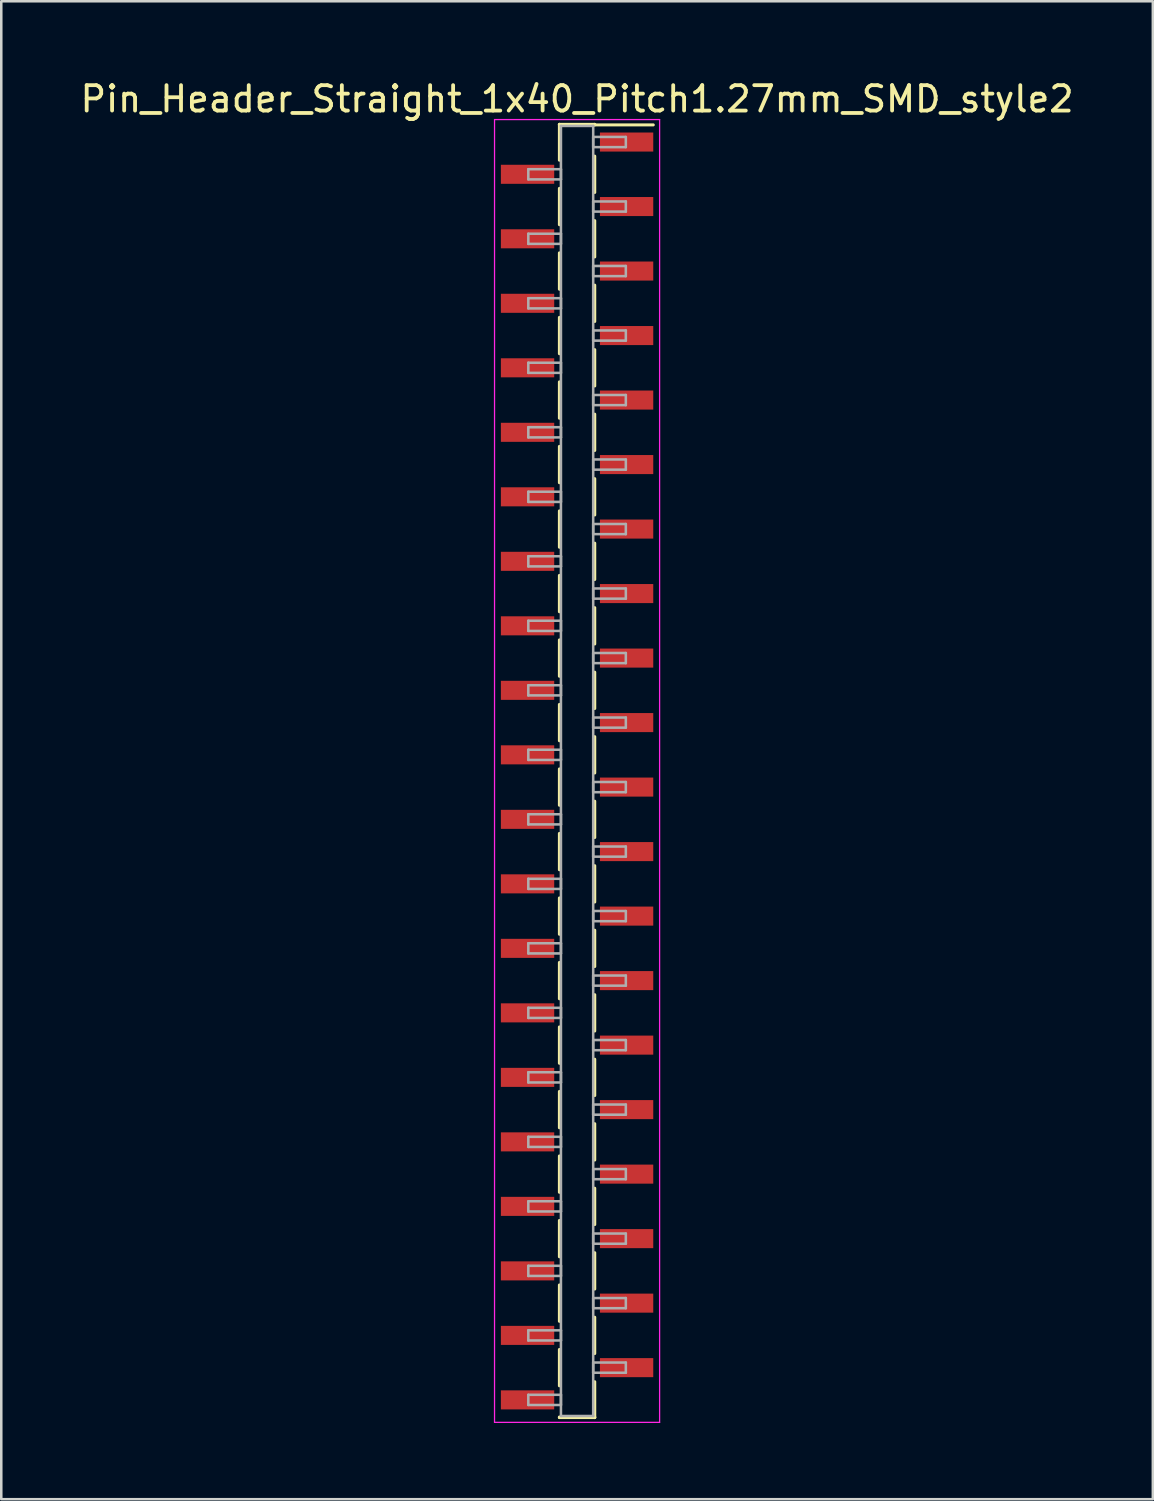
<source format=kicad_pcb>
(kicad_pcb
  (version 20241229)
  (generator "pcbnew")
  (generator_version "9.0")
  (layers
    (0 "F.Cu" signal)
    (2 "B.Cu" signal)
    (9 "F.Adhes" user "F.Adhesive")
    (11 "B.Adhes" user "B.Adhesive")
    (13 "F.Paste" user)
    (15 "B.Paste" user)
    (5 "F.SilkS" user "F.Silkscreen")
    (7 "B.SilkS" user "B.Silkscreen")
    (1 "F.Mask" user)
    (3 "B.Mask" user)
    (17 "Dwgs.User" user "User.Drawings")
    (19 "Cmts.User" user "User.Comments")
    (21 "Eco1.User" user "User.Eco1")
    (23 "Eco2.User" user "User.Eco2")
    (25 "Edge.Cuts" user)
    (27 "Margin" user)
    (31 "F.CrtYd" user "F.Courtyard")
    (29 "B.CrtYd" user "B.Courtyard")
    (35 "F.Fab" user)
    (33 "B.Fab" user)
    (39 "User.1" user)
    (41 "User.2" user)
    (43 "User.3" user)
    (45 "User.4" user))
  (footprint "Pin_Header_Straight_1x40_Pitch1.27mm_SMD_style2"
    (layer "F.Cu")
    (at 19.673 27.308)
    (property "Reference" "Pin_Header_Straight_1x40_Pitch1.27mm_SMD_style2" (at 0 -26.46 0) (layer "F.SilkS") (effects (font (size 1 1) (thickness 0.15))))
    (attr smd)
    (fp_line (start -0.695 -25.46) (end -0.695 -24.05) (stroke (width 0.12) (type solid)) (layer "F.SilkS"))
    (fp_line (start -0.695 -25.46) (end 0.695 -25.46) (stroke (width 0.12) (type solid)) (layer "F.SilkS"))
    (fp_line (start -0.695 -25.44) (end -0.695 -25.46) (stroke (width 0.12) (type solid)) (layer "F.SilkS"))
    (fp_line (start -0.695 -22.94) (end -0.695 -21.51) (stroke (width 0.12) (type solid)) (layer "F.SilkS"))
    (fp_line (start -0.695 -20.4) (end -0.695 -18.97) (stroke (width 0.12) (type solid)) (layer "F.SilkS"))
    (fp_line (start -0.695 -17.86) (end -0.695 -16.43) (stroke (width 0.12) (type solid)) (layer "F.SilkS"))
    (fp_line (start -0.695 -15.32) (end -0.695 -13.89) (stroke (width 0.12) (type solid)) (layer "F.SilkS"))
    (fp_line (start -0.695 -12.78) (end -0.695 -11.35) (stroke (width 0.12) (type solid)) (layer "F.SilkS"))
    (fp_line (start -0.695 -10.24) (end -0.695 -8.81) (stroke (width 0.12) (type solid)) (layer "F.SilkS"))
    (fp_line (start -0.695 -7.7) (end -0.695 -6.27) (stroke (width 0.12) (type solid)) (layer "F.SilkS"))
    (fp_line (start -0.695 -5.16) (end -0.695 -3.73) (stroke (width 0.12) (type solid)) (layer "F.SilkS"))
    (fp_line (start -0.695 -2.62) (end -0.695 -1.19) (stroke (width 0.12) (type solid)) (layer "F.SilkS"))
    (fp_line (start -0.695 -0.08) (end -0.695 1.35) (stroke (width 0.12) (type solid)) (layer "F.SilkS"))
    (fp_line (start -0.695 2.46) (end -0.695 3.89) (stroke (width 0.12) (type solid)) (layer "F.SilkS"))
    (fp_line (start -0.695 5) (end -0.695 6.43) (stroke (width 0.12) (type solid)) (layer "F.SilkS"))
    (fp_line (start -0.695 7.54) (end -0.695 8.97) (stroke (width 0.12) (type solid)) (layer "F.SilkS"))
    (fp_line (start -0.695 10.08) (end -0.695 11.51) (stroke (width 0.12) (type solid)) (layer "F.SilkS"))
    (fp_line (start -0.695 12.62) (end -0.695 14.05) (stroke (width 0.12) (type solid)) (layer "F.SilkS"))
    (fp_line (start -0.695 15.16) (end -0.695 16.59) (stroke (width 0.12) (type solid)) (layer "F.SilkS"))
    (fp_line (start -0.695 17.7) (end -0.695 19.13) (stroke (width 0.12) (type solid)) (layer "F.SilkS"))
    (fp_line (start -0.695 20.24) (end -0.695 21.67) (stroke (width 0.12) (type solid)) (layer "F.SilkS"))
    (fp_line (start -0.695 22.78) (end -0.695 24.21) (stroke (width 0.12) (type solid)) (layer "F.SilkS"))
    (fp_line (start -0.695 25.44) (end -0.695 25.46) (stroke (width 0.12) (type solid)) (layer "F.SilkS"))
    (fp_line (start -0.695 25.46) (end 0.695 25.46) (stroke (width 0.12) (type solid)) (layer "F.SilkS"))
    (fp_line (start 0.695 -25.46) (end 0.695 -25.44) (stroke (width 0.12) (type solid)) (layer "F.SilkS"))
    (fp_line (start 0.695 -25.44) (end 3 -25.44) (stroke (width 0.12) (type solid)) (layer "F.SilkS"))
    (fp_line (start 0.695 -24.21) (end 0.695 -22.78) (stroke (width 0.12) (type solid)) (layer "F.SilkS"))
    (fp_line (start 0.695 -21.67) (end 0.695 -20.24) (stroke (width 0.12) (type solid)) (layer "F.SilkS"))
    (fp_line (start 0.695 -19.13) (end 0.695 -17.7) (stroke (width 0.12) (type solid)) (layer "F.SilkS"))
    (fp_line (start 0.695 -16.59) (end 0.695 -15.16) (stroke (width 0.12) (type solid)) (layer "F.SilkS"))
    (fp_line (start 0.695 -14.05) (end 0.695 -12.62) (stroke (width 0.12) (type solid)) (layer "F.SilkS"))
    (fp_line (start 0.695 -11.51) (end 0.695 -10.08) (stroke (width 0.12) (type solid)) (layer "F.SilkS"))
    (fp_line (start 0.695 -8.97) (end 0.695 -7.54) (stroke (width 0.12) (type solid)) (layer "F.SilkS"))
    (fp_line (start 0.695 -6.43) (end 0.695 -5) (stroke (width 0.12) (type solid)) (layer "F.SilkS"))
    (fp_line (start 0.695 -3.89) (end 0.695 -2.46) (stroke (width 0.12) (type solid)) (layer "F.SilkS"))
    (fp_line (start 0.695 -1.35) (end 0.695 0.08) (stroke (width 0.12) (type solid)) (layer "F.SilkS"))
    (fp_line (start 0.695 1.19) (end 0.695 2.62) (stroke (width 0.12) (type solid)) (layer "F.SilkS"))
    (fp_line (start 0.695 3.73) (end 0.695 5.16) (stroke (width 0.12) (type solid)) (layer "F.SilkS"))
    (fp_line (start 0.695 6.27) (end 0.695 7.7) (stroke (width 0.12) (type solid)) (layer "F.SilkS"))
    (fp_line (start 0.695 8.81) (end 0.695 10.24) (stroke (width 0.12) (type solid)) (layer "F.SilkS"))
    (fp_line (start 0.695 11.35) (end 0.695 12.78) (stroke (width 0.12) (type solid)) (layer "F.SilkS"))
    (fp_line (start 0.695 13.89) (end 0.695 15.32) (stroke (width 0.12) (type solid)) (layer "F.SilkS"))
    (fp_line (start 0.695 16.43) (end 0.695 17.86) (stroke (width 0.12) (type solid)) (layer "F.SilkS"))
    (fp_line (start 0.695 18.97) (end 0.695 20.4) (stroke (width 0.12) (type solid)) (layer "F.SilkS"))
    (fp_line (start 0.695 21.51) (end 0.695 22.94) (stroke (width 0.12) (type solid)) (layer "F.SilkS"))
    (fp_line (start 0.695 24.05) (end 0.695 25.46) (stroke (width 0.12) (type solid)) (layer "F.SilkS"))
    (fp_line (start 0.695 25.46) (end 0.695 25.44) (stroke (width 0.12) (type solid)) (layer "F.SilkS"))
    (fp_line (start -3.25 -25.65) (end -3.25 25.65) (stroke (width 0.05) (type solid)) (layer "F.CrtYd"))
    (fp_line (start -3.25 25.65) (end 3.25 25.65) (stroke (width 0.05) (type solid)) (layer "F.CrtYd"))
    (fp_line (start 3.25 -25.65) (end -3.25 -25.65) (stroke (width 0.05) (type solid)) (layer "F.CrtYd"))
    (fp_line (start 3.25 25.65) (end 3.25 -25.65) (stroke (width 0.05) (type solid)) (layer "F.CrtYd"))
    (fp_line (start -1.92 -23.695) (end -0.635 -23.695) (stroke (width 0.1) (type solid)) (layer "F.Fab"))
    (fp_line (start -1.92 -23.295) (end -1.92 -23.695) (stroke (width 0.1) (type solid)) (layer "F.Fab"))
    (fp_line (start -1.92 -21.155) (end -0.635 -21.155) (stroke (width 0.1) (type solid)) (layer "F.Fab"))
    (fp_line (start -1.92 -20.755) (end -1.92 -21.155) (stroke (width 0.1) (type solid)) (layer "F.Fab"))
    (fp_line (start -1.92 -18.615) (end -0.635 -18.615) (stroke (width 0.1) (type solid)) (layer "F.Fab"))
    (fp_line (start -1.92 -18.215) (end -1.92 -18.615) (stroke (width 0.1) (type solid)) (layer "F.Fab"))
    (fp_line (start -1.92 -16.075) (end -0.635 -16.075) (stroke (width 0.1) (type solid)) (layer "F.Fab"))
    (fp_line (start -1.92 -15.675) (end -1.92 -16.075) (stroke (width 0.1) (type solid)) (layer "F.Fab"))
    (fp_line (start -1.92 -13.535) (end -0.635 -13.535) (stroke (width 0.1) (type solid)) (layer "F.Fab"))
    (fp_line (start -1.92 -13.135) (end -1.92 -13.535) (stroke (width 0.1) (type solid)) (layer "F.Fab"))
    (fp_line (start -1.92 -10.995) (end -0.635 -10.995) (stroke (width 0.1) (type solid)) (layer "F.Fab"))
    (fp_line (start -1.92 -10.595) (end -1.92 -10.995) (stroke (width 0.1) (type solid)) (layer "F.Fab"))
    (fp_line (start -1.92 -8.455) (end -0.635 -8.455) (stroke (width 0.1) (type solid)) (layer "F.Fab"))
    (fp_line (start -1.92 -8.055) (end -1.92 -8.455) (stroke (width 0.1) (type solid)) (layer "F.Fab"))
    (fp_line (start -1.92 -5.915) (end -0.635 -5.915) (stroke (width 0.1) (type solid)) (layer "F.Fab"))
    (fp_line (start -1.92 -5.515) (end -1.92 -5.915) (stroke (width 0.1) (type solid)) (layer "F.Fab"))
    (fp_line (start -1.92 -3.375) (end -0.635 -3.375) (stroke (width 0.1) (type solid)) (layer "F.Fab"))
    (fp_line (start -1.92 -2.975) (end -1.92 -3.375) (stroke (width 0.1) (type solid)) (layer "F.Fab"))
    (fp_line (start -1.92 -0.835) (end -0.635 -0.835) (stroke (width 0.1) (type solid)) (layer "F.Fab"))
    (fp_line (start -1.92 -0.435) (end -1.92 -0.835) (stroke (width 0.1) (type solid)) (layer "F.Fab"))
    (fp_line (start -1.92 1.705) (end -0.635 1.705) (stroke (width 0.1) (type solid)) (layer "F.Fab"))
    (fp_line (start -1.92 2.105) (end -1.92 1.705) (stroke (width 0.1) (type solid)) (layer "F.Fab"))
    (fp_line (start -1.92 4.245) (end -0.635 4.245) (stroke (width 0.1) (type solid)) (layer "F.Fab"))
    (fp_line (start -1.92 4.645) (end -1.92 4.245) (stroke (width 0.1) (type solid)) (layer "F.Fab"))
    (fp_line (start -1.92 6.785) (end -0.635 6.785) (stroke (width 0.1) (type solid)) (layer "F.Fab"))
    (fp_line (start -1.92 7.185) (end -1.92 6.785) (stroke (width 0.1) (type solid)) (layer "F.Fab"))
    (fp_line (start -1.92 9.325) (end -0.635 9.325) (stroke (width 0.1) (type solid)) (layer "F.Fab"))
    (fp_line (start -1.92 9.725) (end -1.92 9.325) (stroke (width 0.1) (type solid)) (layer "F.Fab"))
    (fp_line (start -1.92 11.865) (end -0.635 11.865) (stroke (width 0.1) (type solid)) (layer "F.Fab"))
    (fp_line (start -1.92 12.265) (end -1.92 11.865) (stroke (width 0.1) (type solid)) (layer "F.Fab"))
    (fp_line (start -1.92 14.405) (end -0.635 14.405) (stroke (width 0.1) (type solid)) (layer "F.Fab"))
    (fp_line (start -1.92 14.805) (end -1.92 14.405) (stroke (width 0.1) (type solid)) (layer "F.Fab"))
    (fp_line (start -1.92 16.945) (end -0.635 16.945) (stroke (width 0.1) (type solid)) (layer "F.Fab"))
    (fp_line (start -1.92 17.345) (end -1.92 16.945) (stroke (width 0.1) (type solid)) (layer "F.Fab"))
    (fp_line (start -1.92 19.485) (end -0.635 19.485) (stroke (width 0.1) (type solid)) (layer "F.Fab"))
    (fp_line (start -1.92 19.885) (end -1.92 19.485) (stroke (width 0.1) (type solid)) (layer "F.Fab"))
    (fp_line (start -1.92 22.025) (end -0.635 22.025) (stroke (width 0.1) (type solid)) (layer "F.Fab"))
    (fp_line (start -1.92 22.425) (end -1.92 22.025) (stroke (width 0.1) (type solid)) (layer "F.Fab"))
    (fp_line (start -1.92 24.565) (end -0.635 24.565) (stroke (width 0.1) (type solid)) (layer "F.Fab"))
    (fp_line (start -1.92 24.965) (end -1.92 24.565) (stroke (width 0.1) (type solid)) (layer "F.Fab"))
    (fp_line (start -0.635 -25.4) (end -0.635 25.4) (stroke (width 0.1) (type solid)) (layer "F.Fab"))
    (fp_line (start -0.635 -23.695) (end -0.635 -23.295) (stroke (width 0.1) (type solid)) (layer "F.Fab"))
    (fp_line (start -0.635 -23.295) (end -1.92 -23.295) (stroke (width 0.1) (type solid)) (layer "F.Fab"))
    (fp_line (start -0.635 -21.155) (end -0.635 -20.755) (stroke (width 0.1) (type solid)) (layer "F.Fab"))
    (fp_line (start -0.635 -20.755) (end -1.92 -20.755) (stroke (width 0.1) (type solid)) (layer "F.Fab"))
    (fp_line (start -0.635 -18.615) (end -0.635 -18.215) (stroke (width 0.1) (type solid)) (layer "F.Fab"))
    (fp_line (start -0.635 -18.215) (end -1.92 -18.215) (stroke (width 0.1) (type solid)) (layer "F.Fab"))
    (fp_line (start -0.635 -16.075) (end -0.635 -15.675) (stroke (width 0.1) (type solid)) (layer "F.Fab"))
    (fp_line (start -0.635 -15.675) (end -1.92 -15.675) (stroke (width 0.1) (type solid)) (layer "F.Fab"))
    (fp_line (start -0.635 -13.535) (end -0.635 -13.135) (stroke (width 0.1) (type solid)) (layer "F.Fab"))
    (fp_line (start -0.635 -13.135) (end -1.92 -13.135) (stroke (width 0.1) (type solid)) (layer "F.Fab"))
    (fp_line (start -0.635 -10.995) (end -0.635 -10.595) (stroke (width 0.1) (type solid)) (layer "F.Fab"))
    (fp_line (start -0.635 -10.595) (end -1.92 -10.595) (stroke (width 0.1) (type solid)) (layer "F.Fab"))
    (fp_line (start -0.635 -8.455) (end -0.635 -8.055) (stroke (width 0.1) (type solid)) (layer "F.Fab"))
    (fp_line (start -0.635 -8.055) (end -1.92 -8.055) (stroke (width 0.1) (type solid)) (layer "F.Fab"))
    (fp_line (start -0.635 -5.915) (end -0.635 -5.515) (stroke (width 0.1) (type solid)) (layer "F.Fab"))
    (fp_line (start -0.635 -5.515) (end -1.92 -5.515) (stroke (width 0.1) (type solid)) (layer "F.Fab"))
    (fp_line (start -0.635 -3.375) (end -0.635 -2.975) (stroke (width 0.1) (type solid)) (layer "F.Fab"))
    (fp_line (start -0.635 -2.975) (end -1.92 -2.975) (stroke (width 0.1) (type solid)) (layer "F.Fab"))
    (fp_line (start -0.635 -0.835) (end -0.635 -0.435) (stroke (width 0.1) (type solid)) (layer "F.Fab"))
    (fp_line (start -0.635 -0.435) (end -1.92 -0.435) (stroke (width 0.1) (type solid)) (layer "F.Fab"))
    (fp_line (start -0.635 1.705) (end -0.635 2.105) (stroke (width 0.1) (type solid)) (layer "F.Fab"))
    (fp_line (start -0.635 2.105) (end -1.92 2.105) (stroke (width 0.1) (type solid)) (layer "F.Fab"))
    (fp_line (start -0.635 4.245) (end -0.635 4.645) (stroke (width 0.1) (type solid)) (layer "F.Fab"))
    (fp_line (start -0.635 4.645) (end -1.92 4.645) (stroke (width 0.1) (type solid)) (layer "F.Fab"))
    (fp_line (start -0.635 6.785) (end -0.635 7.185) (stroke (width 0.1) (type solid)) (layer "F.Fab"))
    (fp_line (start -0.635 7.185) (end -1.92 7.185) (stroke (width 0.1) (type solid)) (layer "F.Fab"))
    (fp_line (start -0.635 9.325) (end -0.635 9.725) (stroke (width 0.1) (type solid)) (layer "F.Fab"))
    (fp_line (start -0.635 9.725) (end -1.92 9.725) (stroke (width 0.1) (type solid)) (layer "F.Fab"))
    (fp_line (start -0.635 11.865) (end -0.635 12.265) (stroke (width 0.1) (type solid)) (layer "F.Fab"))
    (fp_line (start -0.635 12.265) (end -1.92 12.265) (stroke (width 0.1) (type solid)) (layer "F.Fab"))
    (fp_line (start -0.635 14.405) (end -0.635 14.805) (stroke (width 0.1) (type solid)) (layer "F.Fab"))
    (fp_line (start -0.635 14.805) (end -1.92 14.805) (stroke (width 0.1) (type solid)) (layer "F.Fab"))
    (fp_line (start -0.635 16.945) (end -0.635 17.345) (stroke (width 0.1) (type solid)) (layer "F.Fab"))
    (fp_line (start -0.635 17.345) (end -1.92 17.345) (stroke (width 0.1) (type solid)) (layer "F.Fab"))
    (fp_line (start -0.635 19.485) (end -0.635 19.885) (stroke (width 0.1) (type solid)) (layer "F.Fab"))
    (fp_line (start -0.635 19.885) (end -1.92 19.885) (stroke (width 0.1) (type solid)) (layer "F.Fab"))
    (fp_line (start -0.635 22.025) (end -0.635 22.425) (stroke (width 0.1) (type solid)) (layer "F.Fab"))
    (fp_line (start -0.635 22.425) (end -1.92 22.425) (stroke (width 0.1) (type solid)) (layer "F.Fab"))
    (fp_line (start -0.635 24.565) (end -0.635 24.965) (stroke (width 0.1) (type solid)) (layer "F.Fab"))
    (fp_line (start -0.635 24.965) (end -1.92 24.965) (stroke (width 0.1) (type solid)) (layer "F.Fab"))
    (fp_line (start -0.635 25.4) (end 0.635 25.4) (stroke (width 0.1) (type solid)) (layer "F.Fab"))
    (fp_line (start 0.635 -25.4) (end -0.635 -25.4) (stroke (width 0.1) (type solid)) (layer "F.Fab"))
    (fp_line (start 0.635 -24.965) (end 0.635 -24.565) (stroke (width 0.1) (type solid)) (layer "F.Fab"))
    (fp_line (start 0.635 -24.565) (end 1.92 -24.565) (stroke (width 0.1) (type solid)) (layer "F.Fab"))
    (fp_line (start 0.635 -22.425) (end 0.635 -22.025) (stroke (width 0.1) (type solid)) (layer "F.Fab"))
    (fp_line (start 0.635 -22.025) (end 1.92 -22.025) (stroke (width 0.1) (type solid)) (layer "F.Fab"))
    (fp_line (start 0.635 -19.885) (end 0.635 -19.485) (stroke (width 0.1) (type solid)) (layer "F.Fab"))
    (fp_line (start 0.635 -19.485) (end 1.92 -19.485) (stroke (width 0.1) (type solid)) (layer "F.Fab"))
    (fp_line (start 0.635 -17.345) (end 0.635 -16.945) (stroke (width 0.1) (type solid)) (layer "F.Fab"))
    (fp_line (start 0.635 -16.945) (end 1.92 -16.945) (stroke (width 0.1) (type solid)) (layer "F.Fab"))
    (fp_line (start 0.635 -14.805) (end 0.635 -14.405) (stroke (width 0.1) (type solid)) (layer "F.Fab"))
    (fp_line (start 0.635 -14.405) (end 1.92 -14.405) (stroke (width 0.1) (type solid)) (layer "F.Fab"))
    (fp_line (start 0.635 -12.265) (end 0.635 -11.865) (stroke (width 0.1) (type solid)) (layer "F.Fab"))
    (fp_line (start 0.635 -11.865) (end 1.92 -11.865) (stroke (width 0.1) (type solid)) (layer "F.Fab"))
    (fp_line (start 0.635 -9.725) (end 0.635 -9.325) (stroke (width 0.1) (type solid)) (layer "F.Fab"))
    (fp_line (start 0.635 -9.325) (end 1.92 -9.325) (stroke (width 0.1) (type solid)) (layer "F.Fab"))
    (fp_line (start 0.635 -7.185) (end 0.635 -6.785) (stroke (width 0.1) (type solid)) (layer "F.Fab"))
    (fp_line (start 0.635 -6.785) (end 1.92 -6.785) (stroke (width 0.1) (type solid)) (layer "F.Fab"))
    (fp_line (start 0.635 -4.645) (end 0.635 -4.245) (stroke (width 0.1) (type solid)) (layer "F.Fab"))
    (fp_line (start 0.635 -4.245) (end 1.92 -4.245) (stroke (width 0.1) (type solid)) (layer "F.Fab"))
    (fp_line (start 0.635 -2.105) (end 0.635 -1.705) (stroke (width 0.1) (type solid)) (layer "F.Fab"))
    (fp_line (start 0.635 -1.705) (end 1.92 -1.705) (stroke (width 0.1) (type solid)) (layer "F.Fab"))
    (fp_line (start 0.635 0.435) (end 0.635 0.835) (stroke (width 0.1) (type solid)) (layer "F.Fab"))
    (fp_line (start 0.635 0.835) (end 1.92 0.835) (stroke (width 0.1) (type solid)) (layer "F.Fab"))
    (fp_line (start 0.635 2.975) (end 0.635 3.375) (stroke (width 0.1) (type solid)) (layer "F.Fab"))
    (fp_line (start 0.635 3.375) (end 1.92 3.375) (stroke (width 0.1) (type solid)) (layer "F.Fab"))
    (fp_line (start 0.635 5.515) (end 0.635 5.915) (stroke (width 0.1) (type solid)) (layer "F.Fab"))
    (fp_line (start 0.635 5.915) (end 1.92 5.915) (stroke (width 0.1) (type solid)) (layer "F.Fab"))
    (fp_line (start 0.635 8.055) (end 0.635 8.455) (stroke (width 0.1) (type solid)) (layer "F.Fab"))
    (fp_line (start 0.635 8.455) (end 1.92 8.455) (stroke (width 0.1) (type solid)) (layer "F.Fab"))
    (fp_line (start 0.635 10.595) (end 0.635 10.995) (stroke (width 0.1) (type solid)) (layer "F.Fab"))
    (fp_line (start 0.635 10.995) (end 1.92 10.995) (stroke (width 0.1) (type solid)) (layer "F.Fab"))
    (fp_line (start 0.635 13.135) (end 0.635 13.535) (stroke (width 0.1) (type solid)) (layer "F.Fab"))
    (fp_line (start 0.635 13.535) (end 1.92 13.535) (stroke (width 0.1) (type solid)) (layer "F.Fab"))
    (fp_line (start 0.635 15.675) (end 0.635 16.075) (stroke (width 0.1) (type solid)) (layer "F.Fab"))
    (fp_line (start 0.635 16.075) (end 1.92 16.075) (stroke (width 0.1) (type solid)) (layer "F.Fab"))
    (fp_line (start 0.635 18.215) (end 0.635 18.615) (stroke (width 0.1) (type solid)) (layer "F.Fab"))
    (fp_line (start 0.635 18.615) (end 1.92 18.615) (stroke (width 0.1) (type solid)) (layer "F.Fab"))
    (fp_line (start 0.635 20.755) (end 0.635 21.155) (stroke (width 0.1) (type solid)) (layer "F.Fab"))
    (fp_line (start 0.635 21.155) (end 1.92 21.155) (stroke (width 0.1) (type solid)) (layer "F.Fab"))
    (fp_line (start 0.635 23.295) (end 0.635 23.695) (stroke (width 0.1) (type solid)) (layer "F.Fab"))
    (fp_line (start 0.635 23.695) (end 1.92 23.695) (stroke (width 0.1) (type solid)) (layer "F.Fab"))
    (fp_line (start 0.635 25.4) (end 0.635 -25.4) (stroke (width 0.1) (type solid)) (layer "F.Fab"))
    (fp_line (start 1.92 -24.965) (end 0.635 -24.965) (stroke (width 0.1) (type solid)) (layer "F.Fab"))
    (fp_line (start 1.92 -24.565) (end 1.92 -24.965) (stroke (width 0.1) (type solid)) (layer "F.Fab"))
    (fp_line (start 1.92 -22.425) (end 0.635 -22.425) (stroke (width 0.1) (type solid)) (layer "F.Fab"))
    (fp_line (start 1.92 -22.025) (end 1.92 -22.425) (stroke (width 0.1) (type solid)) (layer "F.Fab"))
    (fp_line (start 1.92 -19.885) (end 0.635 -19.885) (stroke (width 0.1) (type solid)) (layer "F.Fab"))
    (fp_line (start 1.92 -19.485) (end 1.92 -19.885) (stroke (width 0.1) (type solid)) (layer "F.Fab"))
    (fp_line (start 1.92 -17.345) (end 0.635 -17.345) (stroke (width 0.1) (type solid)) (layer "F.Fab"))
    (fp_line (start 1.92 -16.945) (end 1.92 -17.345) (stroke (width 0.1) (type solid)) (layer "F.Fab"))
    (fp_line (start 1.92 -14.805) (end 0.635 -14.805) (stroke (width 0.1) (type solid)) (layer "F.Fab"))
    (fp_line (start 1.92 -14.405) (end 1.92 -14.805) (stroke (width 0.1) (type solid)) (layer "F.Fab"))
    (fp_line (start 1.92 -12.265) (end 0.635 -12.265) (stroke (width 0.1) (type solid)) (layer "F.Fab"))
    (fp_line (start 1.92 -11.865) (end 1.92 -12.265) (stroke (width 0.1) (type solid)) (layer "F.Fab"))
    (fp_line (start 1.92 -9.725) (end 0.635 -9.725) (stroke (width 0.1) (type solid)) (layer "F.Fab"))
    (fp_line (start 1.92 -9.325) (end 1.92 -9.725) (stroke (width 0.1) (type solid)) (layer "F.Fab"))
    (fp_line (start 1.92 -7.185) (end 0.635 -7.185) (stroke (width 0.1) (type solid)) (layer "F.Fab"))
    (fp_line (start 1.92 -6.785) (end 1.92 -7.185) (stroke (width 0.1) (type solid)) (layer "F.Fab"))
    (fp_line (start 1.92 -4.645) (end 0.635 -4.645) (stroke (width 0.1) (type solid)) (layer "F.Fab"))
    (fp_line (start 1.92 -4.245) (end 1.92 -4.645) (stroke (width 0.1) (type solid)) (layer "F.Fab"))
    (fp_line (start 1.92 -2.105) (end 0.635 -2.105) (stroke (width 0.1) (type solid)) (layer "F.Fab"))
    (fp_line (start 1.92 -1.705) (end 1.92 -2.105) (stroke (width 0.1) (type solid)) (layer "F.Fab"))
    (fp_line (start 1.92 0.435) (end 0.635 0.435) (stroke (width 0.1) (type solid)) (layer "F.Fab"))
    (fp_line (start 1.92 0.835) (end 1.92 0.435) (stroke (width 0.1) (type solid)) (layer "F.Fab"))
    (fp_line (start 1.92 2.975) (end 0.635 2.975) (stroke (width 0.1) (type solid)) (layer "F.Fab"))
    (fp_line (start 1.92 3.375) (end 1.92 2.975) (stroke (width 0.1) (type solid)) (layer "F.Fab"))
    (fp_line (start 1.92 5.515) (end 0.635 5.515) (stroke (width 0.1) (type solid)) (layer "F.Fab"))
    (fp_line (start 1.92 5.915) (end 1.92 5.515) (stroke (width 0.1) (type solid)) (layer "F.Fab"))
    (fp_line (start 1.92 8.055) (end 0.635 8.055) (stroke (width 0.1) (type solid)) (layer "F.Fab"))
    (fp_line (start 1.92 8.455) (end 1.92 8.055) (stroke (width 0.1) (type solid)) (layer "F.Fab"))
    (fp_line (start 1.92 10.595) (end 0.635 10.595) (stroke (width 0.1) (type solid)) (layer "F.Fab"))
    (fp_line (start 1.92 10.995) (end 1.92 10.595) (stroke (width 0.1) (type solid)) (layer "F.Fab"))
    (fp_line (start 1.92 13.135) (end 0.635 13.135) (stroke (width 0.1) (type solid)) (layer "F.Fab"))
    (fp_line (start 1.92 13.535) (end 1.92 13.135) (stroke (width 0.1) (type solid)) (layer "F.Fab"))
    (fp_line (start 1.92 15.675) (end 0.635 15.675) (stroke (width 0.1) (type solid)) (layer "F.Fab"))
    (fp_line (start 1.92 16.075) (end 1.92 15.675) (stroke (width 0.1) (type solid)) (layer "F.Fab"))
    (fp_line (start 1.92 18.215) (end 0.635 18.215) (stroke (width 0.1) (type solid)) (layer "F.Fab"))
    (fp_line (start 1.92 18.615) (end 1.92 18.215) (stroke (width 0.1) (type solid)) (layer "F.Fab"))
    (fp_line (start 1.92 20.755) (end 0.635 20.755) (stroke (width 0.1) (type solid)) (layer "F.Fab"))
    (fp_line (start 1.92 21.155) (end 1.92 20.755) (stroke (width 0.1) (type solid)) (layer "F.Fab"))
    (fp_line (start 1.92 23.295) (end 0.635 23.295) (stroke (width 0.1) (type solid)) (layer "F.Fab"))
    (fp_line (start 1.92 23.695) (end 1.92 23.295) (stroke (width 0.1) (type solid)) (layer "F.Fab"))
    (pad "1" smd rect (at 1.95 -24.765) (size 2.1 0.75) (layers "F.Cu" "F.Mask"))
    (pad "2" smd rect (at -1.95 -23.495) (size 2.1 0.75) (layers "F.Cu" "F.Mask"))
    (pad "3" smd rect (at 1.95 -22.225) (size 2.1 0.75) (layers "F.Cu" "F.Mask"))
    (pad "4" smd rect (at -1.95 -20.955) (size 2.1 0.75) (layers "F.Cu" "F.Mask"))
    (pad "5" smd rect (at 1.95 -19.685) (size 2.1 0.75) (layers "F.Cu" "F.Mask"))
    (pad "6" smd rect (at -1.95 -18.415) (size 2.1 0.75) (layers "F.Cu" "F.Mask"))
    (pad "7" smd rect (at 1.95 -17.145) (size 2.1 0.75) (layers "F.Cu" "F.Mask"))
    (pad "8" smd rect (at -1.95 -15.875) (size 2.1 0.75) (layers "F.Cu" "F.Mask"))
    (pad "9" smd rect (at 1.95 -14.605) (size 2.1 0.75) (layers "F.Cu" "F.Mask"))
    (pad "10" smd rect (at -1.95 -13.335) (size 2.1 0.75) (layers "F.Cu" "F.Mask"))
    (pad "11" smd rect (at 1.95 -12.065) (size 2.1 0.75) (layers "F.Cu" "F.Mask"))
    (pad "12" smd rect (at -1.95 -10.795) (size 2.1 0.75) (layers "F.Cu" "F.Mask"))
    (pad "13" smd rect (at 1.95 -9.525) (size 2.1 0.75) (layers "F.Cu" "F.Mask"))
    (pad "14" smd rect (at -1.95 -8.255) (size 2.1 0.75) (layers "F.Cu" "F.Mask"))
    (pad "15" smd rect (at 1.95 -6.985) (size 2.1 0.75) (layers "F.Cu" "F.Mask"))
    (pad "16" smd rect (at -1.95 -5.715) (size 2.1 0.75) (layers "F.Cu" "F.Mask"))
    (pad "17" smd rect (at 1.95 -4.445) (size 2.1 0.75) (layers "F.Cu" "F.Mask"))
    (pad "18" smd rect (at -1.95 -3.175) (size 2.1 0.75) (layers "F.Cu" "F.Mask"))
    (pad "19" smd rect (at 1.95 -1.905) (size 2.1 0.75) (layers "F.Cu" "F.Mask"))
    (pad "20" smd rect (at -1.95 -0.635) (size 2.1 0.75) (layers "F.Cu" "F.Mask"))
    (pad "21" smd rect (at 1.95 0.635) (size 2.1 0.75) (layers "F.Cu" "F.Mask"))
    (pad "22" smd rect (at -1.95 1.905) (size 2.1 0.75) (layers "F.Cu" "F.Mask"))
    (pad "23" smd rect (at 1.95 3.175) (size 2.1 0.75) (layers "F.Cu" "F.Mask"))
    (pad "24" smd rect (at -1.95 4.445) (size 2.1 0.75) (layers "F.Cu" "F.Mask"))
    (pad "25" smd rect (at 1.95 5.715) (size 2.1 0.75) (layers "F.Cu" "F.Mask"))
    (pad "26" smd rect (at -1.95 6.985) (size 2.1 0.75) (layers "F.Cu" "F.Mask"))
    (pad "27" smd rect (at 1.95 8.255) (size 2.1 0.75) (layers "F.Cu" "F.Mask"))
    (pad "28" smd rect (at -1.95 9.525) (size 2.1 0.75) (layers "F.Cu" "F.Mask"))
    (pad "29" smd rect (at 1.95 10.795) (size 2.1 0.75) (layers "F.Cu" "F.Mask"))
    (pad "30" smd rect (at -1.95 12.065) (size 2.1 0.75) (layers "F.Cu" "F.Mask"))
    (pad "31" smd rect (at 1.95 13.335) (size 2.1 0.75) (layers "F.Cu" "F.Mask"))
    (pad "32" smd rect (at -1.95 14.605) (size 2.1 0.75) (layers "F.Cu" "F.Mask"))
    (pad "33" smd rect (at 1.95 15.875) (size 2.1 0.75) (layers "F.Cu" "F.Mask"))
    (pad "34" smd rect (at -1.95 17.145) (size 2.1 0.75) (layers "F.Cu" "F.Mask"))
    (pad "35" smd rect (at 1.95 18.415) (size 2.1 0.75) (layers "F.Cu" "F.Mask"))
    (pad "36" smd rect (at -1.95 19.685) (size 2.1 0.75) (layers "F.Cu" "F.Mask"))
    (pad "37" smd rect (at 1.95 20.955) (size 2.1 0.75) (layers "F.Cu" "F.Mask"))
    (pad "38" smd rect (at -1.95 22.225) (size 2.1 0.75) (layers "F.Cu" "F.Mask"))
    (pad "39" smd rect (at 1.95 23.495) (size 2.1 0.75) (layers "F.Cu" "F.Mask"))
    (pad "40" smd rect (at -1.95 24.765) (size 2.1 0.75) (layers "F.Cu" "F.Mask")))
  (gr_rect
    (start -3 -3)
    (end 42.345 55.983)
    (stroke (width 0.1) (type default))
    (fill no)
    (layer "Edge.Cuts")))
</source>
